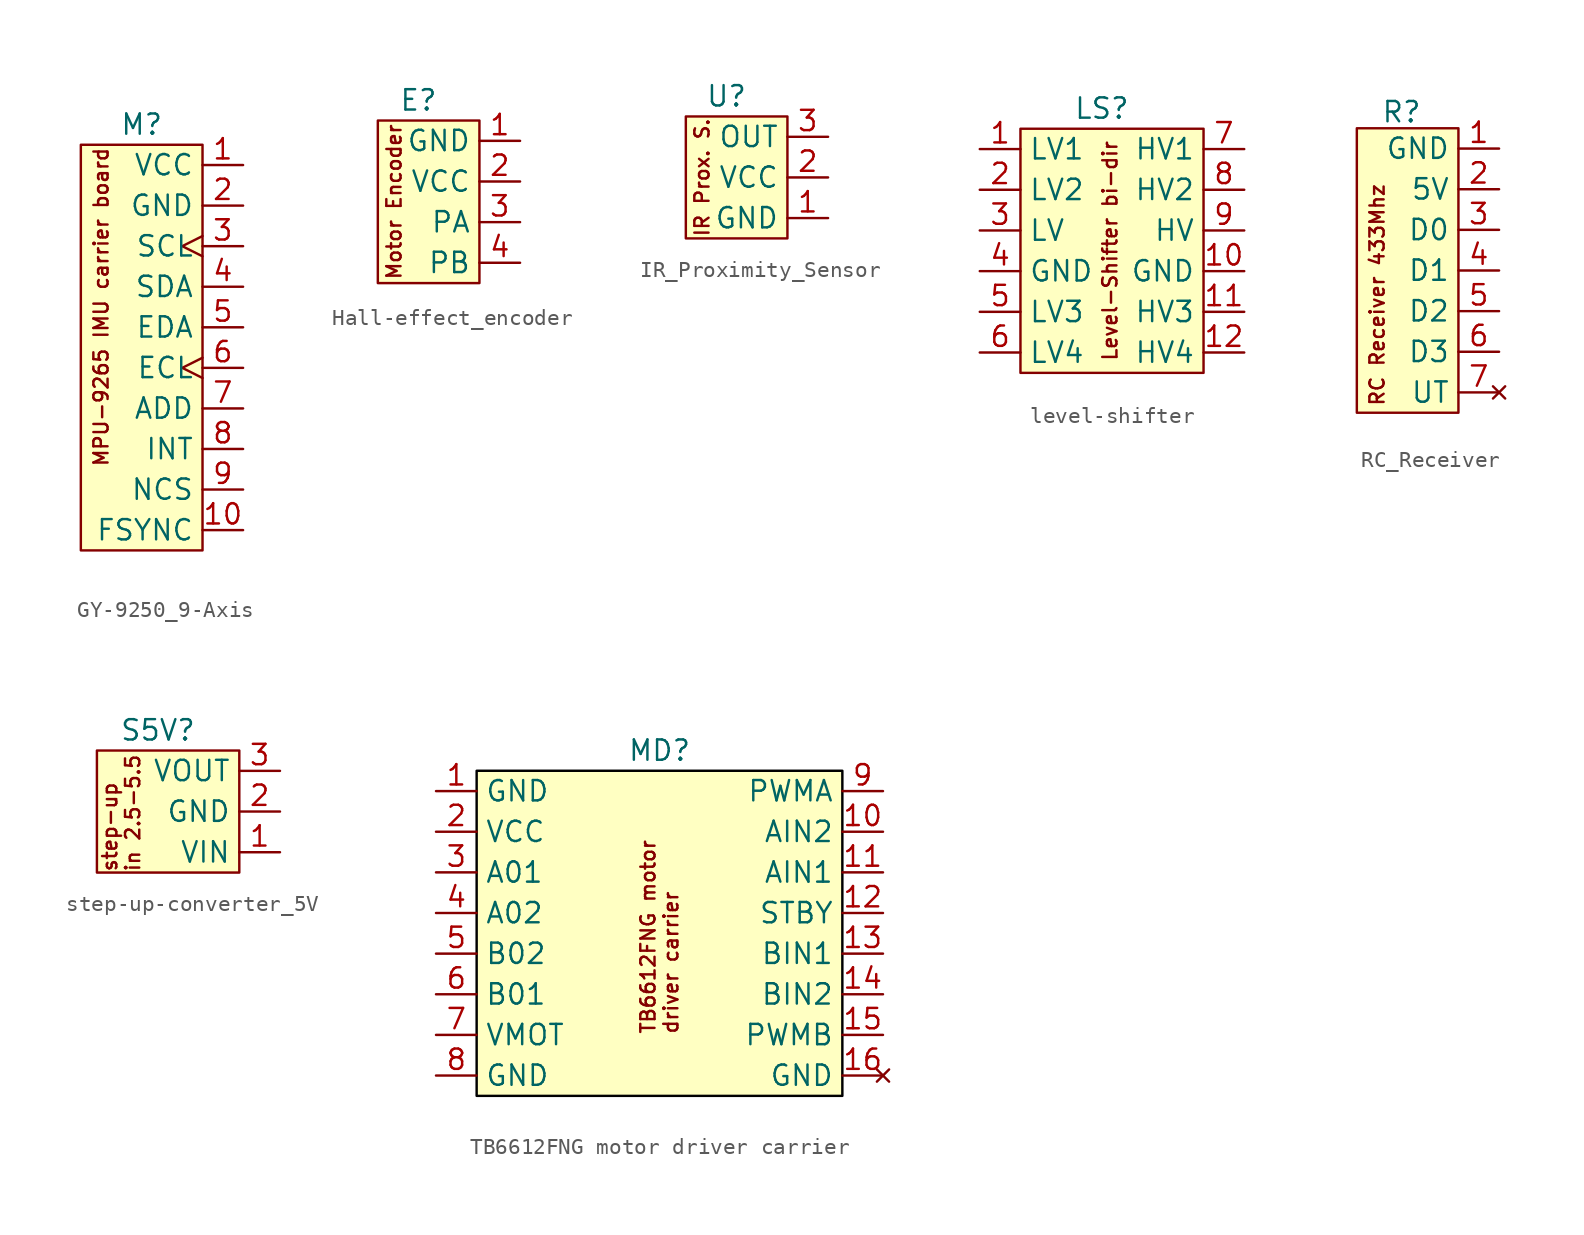
<source format=kicad_sym>
(kicad_symbol_lib
  (version 20231120)
  (generator "kicad_symbol_editor")
  (generator_version "8.0")
  (symbol "GY-9250_9-Axis"
    (property "Reference" "M"
      (at 0 0 0)
      (effects (font (size 1.27 1.27))))
    (property "Value" ""
      (at 0 0 0)
      (effects (font (size 1.27 1.27))))
    (symbol "GY-9250_9-Axis_0_1"
      (rectangle (start -3.81 -1.27) (end 3.81 -26.67) (stroke (width 0) (type default)) (fill (type background))))
    (symbol "GY-9250_9-Axis_1_1"
      (text "MPU-9265 IMU carrier board" (at -2.54 -11.43 900) (effects (font (size 0.889 0.889))))
      (pin power_in line (at 6.35 -2.54 180) (length 2.54) (name "VCC" (effects (font (size 1.27 1.27)))) (number "1" (effects (font (size 1.27 1.27)))))
      (pin input line (at 6.35 -25.4 180) (length 2.54) (name "FSYNC" (effects (font (size 1.27 1.27)))) (number "10" (effects (font (size 1.27 1.27)))))
      (pin passive line (at 6.35 -5.08 180) (length 2.54) (name "GND" (effects (font (size 1.27 1.27)))) (number "2" (effects (font (size 1.27 1.27)))))
      (pin input clock (at 6.35 -7.62 180) (length 2.54) (name "SCL" (effects (font (size 1.27 1.27)))) (number "3" (effects (font (size 1.27 1.27)))))
      (pin input line (at 6.35 -10.16 180) (length 2.54) (name "SDA" (effects (font (size 1.27 1.27)))) (number "4" (effects (font (size 1.27 1.27)))))
      (pin input line (at 6.35 -12.7 180) (length 2.54) (name "EDA" (effects (font (size 1.27 1.27)))) (number "5" (effects (font (size 1.27 1.27)))))
      (pin input clock (at 6.35 -15.24 180) (length 2.54) (name "ECL" (effects (font (size 1.27 1.27)))) (number "6" (effects (font (size 1.27 1.27)))))
      (pin input line (at 6.35 -17.78 180) (length 2.54) (name "ADD" (effects (font (size 1.27 1.27)))) (number "7" (effects (font (size 1.27 1.27)))))
      (pin output line (at 6.35 -20.32 180) (length 2.54) (name "INT" (effects (font (size 1.27 1.27)))) (number "8" (effects (font (size 1.27 1.27)))))
      (pin output line (at 6.35 -22.86 180) (length 2.54) (name "NCS" (effects (font (size 1.27 1.27)))) (number "9" (effects (font (size 1.27 1.27)))))))
  (symbol "Hall-effect_encoder"
    (property "Reference" "E"
      (at 0 0 0)
      (effects (font (size 1.27 1.27))))
    (property "Value" ""
      (at 0 0 0)
      (effects (font (size 1.27 1.27))))
    (symbol "Hall-effect_encoder_0_1"
      (rectangle (start -2.54 -1.27) (end 3.81 -11.43) (stroke (width 0) (type default)) (fill (type background))))
    (symbol "Hall-effect_encoder_1_1"
      (text "Motor Encoder" (at -1.524 -6.35 900) (effects (font (size 0.889 0.889))))
      (pin passive line (at 6.35 -2.54 180) (length 2.54) (name "GND" (effects (font (size 1.27 1.27)))) (number "1" (effects (font (size 1.27 1.27)))))
      (pin power_in line (at 6.35 -5.08 180) (length 2.54) (name "VCC" (effects (font (size 1.27 1.27)))) (number "2" (effects (font (size 1.27 1.27)))))
      (pin output line (at 6.35 -7.62 180) (length 2.54) (name "PA" (effects (font (size 1.27 1.27)))) (number "3" (effects (font (size 1.27 1.27)))))
      (pin output line (at 6.35 -10.16 180) (length 2.54) (name "PB" (effects (font (size 1.27 1.27)))) (number "4" (effects (font (size 1.27 1.27)))))))
  (symbol "IR_Proximity_Sensor"
    (property "Reference" "U"
      (at 0 0 0)
      (effects (font (size 1.27 1.27))))
    (property "Value" ""
      (at 0 0 0)
      (effects (font (size 1.27 1.27))))
    (symbol "IR_Proximity_Sensor_0_1"
      (rectangle (start -2.54 -1.27) (end 3.81 -8.89) (stroke (width 0) (type default)) (fill (type background))))
    (symbol "IR_Proximity_Sensor_1_1"
      (text "IR Prox. S." (at -1.524 -5.08 900) (effects (font (size 0.889 0.889))))
      (pin passive line (at 6.35 -7.62 180) (length 2.54) (name "GND" (effects (font (size 1.27 1.27)))) (number "1" (effects (font (size 1.27 1.27)))))
      (pin power_in line (at 6.35 -5.08 180) (length 2.54) (name "VCC" (effects (font (size 1.27 1.27)))) (number "2" (effects (font (size 1.27 1.27)))))
      (pin output line (at 6.35 -2.54 180) (length 2.54) (name "OUT" (effects (font (size 1.27 1.27)))) (number "3" (effects (font (size 1.27 1.27)))))))
  (symbol "level-shifter"
    (property "Reference" "LS"
      (at 0 0 0)
      (effects (font (size 1.27 1.27))))
    (property "Value" ""
      (at 0 0 0)
      (effects (font (size 1.27 1.27))))
    (symbol "level-shifter_0_1"
      (rectangle (start -5.08 -1.27) (end 6.35 -16.51) (stroke (width 0) (type default)) (fill (type background))))
    (symbol "level-shifter_1_1"
      (text "Level-Shifter bi-dir" (at 0.508 -8.89 900) (effects (font (size 0.889 0.889))))
      (pin bidirectional line (at -7.62 -2.54 0) (length 2.54) (name "LV1" (effects (font (size 1.27 1.27)))) (number "1" (effects (font (size 1.27 1.27)))))
      (pin passive line (at 8.89 -10.16 180) (length 2.54) (name "GND" (effects (font (size 1.27 1.27)))) (number "10" (effects (font (size 1.27 1.27)))))
      (pin bidirectional line (at 8.89 -12.7 180) (length 2.54) (name "HV3" (effects (font (size 1.27 1.27)))) (number "11" (effects (font (size 1.27 1.27)))))
      (pin bidirectional line (at 8.89 -15.24 180) (length 2.54) (name "HV4" (effects (font (size 1.27 1.27)))) (number "12" (effects (font (size 1.27 1.27)))))
      (pin bidirectional line (at -7.62 -5.08 0) (length 2.54) (name "LV2" (effects (font (size 1.27 1.27)))) (number "2" (effects (font (size 1.27 1.27)))))
      (pin power_in line (at -7.62 -7.62 0) (length 2.54) (name "LV" (effects (font (size 1.27 1.27)))) (number "3" (effects (font (size 1.27 1.27)))))
      (pin passive line (at -7.62 -10.16 0) (length 2.54) (name "GND" (effects (font (size 1.27 1.27)))) (number "4" (effects (font (size 1.27 1.27)))))
      (pin bidirectional line (at -7.62 -12.7 0) (length 2.54) (name "LV3" (effects (font (size 1.27 1.27)))) (number "5" (effects (font (size 1.27 1.27)))))
      (pin bidirectional line (at -7.62 -15.24 0) (length 2.54) (name "LV4" (effects (font (size 1.27 1.27)))) (number "6" (effects (font (size 1.27 1.27)))))
      (pin bidirectional line (at 8.89 -2.54 180) (length 2.54) (name "HV1" (effects (font (size 1.27 1.27)))) (number "7" (effects (font (size 1.27 1.27)))))
      (pin bidirectional line (at 8.89 -5.08 180) (length 2.54) (name "HV2" (effects (font (size 1.27 1.27)))) (number "8" (effects (font (size 1.27 1.27)))))
      (pin power_in line (at 8.89 -7.62 180) (length 2.54) (name "HV" (effects (font (size 1.27 1.27)))) (number "9" (effects (font (size 1.27 1.27)))))))
  (symbol "RC_Receiver"
    (property "Reference" "R"
      (at -1.016 -0.254 0)
      (effects (font (size 1.27 1.27))))
    (property "Value" ""
      (at 0 0 0)
      (effects (font (size 1.27 1.27))))
    (symbol "RC_Receiver_0_1"
      (rectangle (start -3.81 -1.27) (end 2.54 -19.05) (stroke (width 0) (type default)) (fill (type background))))
    (symbol "RC_Receiver_1_1"
      (text "RC Receiver 433Mhz" (at -2.54 -11.684 900) (effects (font (size 0.889 0.889))))
      (pin passive line (at 5.08 -2.54 180) (length 2.54) (name "GND" (effects (font (size 1.27 1.27)))) (number "1" (effects (font (size 1.27 1.27)))))
      (pin power_in line (at 5.08 -5.08 180) (length 2.54) (name "5V" (effects (font (size 1.27 1.27)))) (number "2" (effects (font (size 1.27 1.27)))))
      (pin output line (at 5.08 -7.62 180) (length 2.54) (name "D0" (effects (font (size 1.27 1.27)))) (number "3" (effects (font (size 1.27 1.27)))))
      (pin output line (at 5.08 -10.16 180) (length 2.54) (name "D1" (effects (font (size 1.27 1.27)))) (number "4" (effects (font (size 1.27 1.27)))))
      (pin output line (at 5.08 -12.7 180) (length 2.54) (name "D2" (effects (font (size 1.27 1.27)))) (number "5" (effects (font (size 1.27 1.27)))))
      (pin output line (at 5.08 -15.24 180) (length 2.54) (name "D3" (effects (font (size 1.27 1.27)))) (number "6" (effects (font (size 1.27 1.27)))))
      (pin no_connect line (at 5.08 -17.78 180) (length 2.54) (name "UT" (effects (font (size 1.27 1.27)))) (number "7" (effects (font (size 1.27 1.27)))))))
  (symbol "step-up-converter_5V"
    (property "Reference" "S5V"
      (at 0 0 0)
      (effects (font (size 1.27 1.27))))
    (property "Value" ""
      (at 0 0 0)
      (effects (font (size 1.27 1.27))))
    (symbol "step-up-converter_5V_0_1"
      (rectangle (start -3.81 -1.27) (end 5.08 -8.89) (stroke (width 0) (type default)) (fill (type background))))
    (symbol "step-up-converter_5V_1_1"
      (text "step-up\nin 2.5-5.5" (at -2.286 -8.89 900) (effects (font (size 0.889 0.889)) (justify left)))
      (pin power_in line (at 7.62 -7.62 180) (length 2.54) (name "VIN" (effects (font (size 1.27 1.27)))) (number "1" (effects (font (size 1.27 1.27)))))
      (pin passive line (at 7.62 -5.08 180) (length 2.54) (name "GND" (effects (font (size 1.27 1.27)))) (number "2" (effects (font (size 1.27 1.27)))))
      (pin power_out line (at 7.62 -2.54 180) (length 2.54) (name "VOUT" (effects (font (size 1.27 1.27)))) (number "3" (effects (font (size 1.27 1.27)))))))
  (symbol "TB6612FNG motor driver carrier"
    (property "Reference" "MD"
      (at 0 0 0)
      (effects (font (size 1.27 1.27))))
    (property "Value" ""
      (at 0 0 0)
      (effects (font (size 1.27 1.27))))
    (symbol "TB6612FNG motor driver carrier_0_1"
      (rectangle (start -11.43 -1.27) (end 11.43 -21.59) (stroke (width 0) (type default) (color 0 0 0 1)) (fill (type background))))
    (symbol "TB6612FNG motor driver carrier_1_1"
      (text "TB6612FNG motor\ndriver carrier" (at 0 -17.78 900) (effects (font (size 0.889 0.889)) (justify left)))
      (pin passive line (at -13.97 -2.54 0) (length 2.54) (name "GND" (effects (font (size 1.27 1.27)))) (number "1" (effects (font (size 1.27 1.27)))))
      (pin input line (at 13.97 -5.08 180) (length 2.54) (name "AIN2" (effects (font (size 1.27 1.27)))) (number "10" (effects (font (size 1.27 1.27)))))
      (pin input line (at 13.97 -7.62 180) (length 2.54) (name "AIN1" (effects (font (size 1.27 1.27)))) (number "11" (effects (font (size 1.27 1.27)))))
      (pin input line (at 13.97 -10.16 180) (length 2.54) (name "STBY" (effects (font (size 1.27 1.27)))) (number "12" (effects (font (size 1.27 1.27)))))
      (pin input line (at 13.97 -12.7 180) (length 2.54) (name "BIN1" (effects (font (size 1.27 1.27)))) (number "13" (effects (font (size 1.27 1.27)))))
      (pin input line (at 13.97 -15.24 180) (length 2.54) (name "BIN2" (effects (font (size 1.27 1.27)))) (number "14" (effects (font (size 1.27 1.27)))))
      (pin input line (at 13.97 -17.78 180) (length 2.54) (name "PWMB" (effects (font (size 1.27 1.27)))) (number "15" (effects (font (size 1.27 1.27)))))
      (pin no_connect line (at 13.97 -20.32 180) (length 2.54) (name "GND" (effects (font (size 1.27 1.27)))) (number "16" (effects (font (size 1.27 1.27)))))
      (pin power_in line (at -13.97 -5.08 0) (length 2.54) (name "VCC" (effects (font (size 1.27 1.27)))) (number "2" (effects (font (size 1.27 1.27)))))
      (pin power_out line (at -13.97 -7.62 0) (length 2.54) (name "A01" (effects (font (size 1.27 1.27)))) (number "3" (effects (font (size 1.27 1.27)))))
      (pin power_out line (at -13.97 -10.16 0) (length 2.54) (name "A02" (effects (font (size 1.27 1.27)))) (number "4" (effects (font (size 1.27 1.27)))))
      (pin power_out line (at -13.97 -12.7 0) (length 2.54) (name "B02" (effects (font (size 1.27 1.27)))) (number "5" (effects (font (size 1.27 1.27)))))
      (pin power_out line (at -13.97 -15.24 0) (length 2.54) (name "B01" (effects (font (size 1.27 1.27)))) (number "6" (effects (font (size 1.27 1.27)))))
      (pin power_in line (at -13.97 -17.78 0) (length 2.54) (name "VMOT" (effects (font (size 1.27 1.27)))) (number "7" (effects (font (size 1.27 1.27)))))
      (pin passive line (at -13.97 -20.32 0) (length 2.54) (name "GND" (effects (font (size 1.27 1.27)))) (number "8" (effects (font (size 1.27 1.27)))))
      (pin input line (at 13.97 -2.54 180) (length 2.54) (name "PWMA" (effects (font (size 1.27 1.27)))) (number "9" (effects (font (size 1.27 1.27))))))))
</source>
